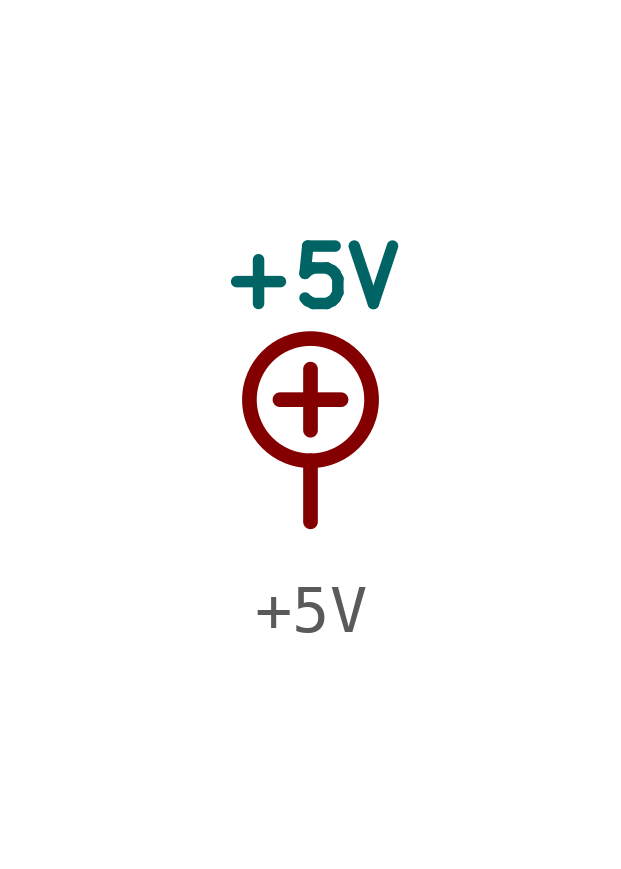
<source format=kicad_sym>
(kicad_symbol_lib
  (version 20220914)
  (generator kicad_symbol_editor)
  (symbol "+5V"
    (power)
    (pin_names
      (offset 0))
    (property "Reference" "#PWR"
      (at 0 6.985 0)
      (effects (font (size 1.524 1.524)) hide))
    (property "Value" "+5V"
      (at 0 5.08 0)
      (effects (font (size 1.194 1.194) bold)))
    (property "Footprint" ""
      (at 0 0 0)
      (effects (font (size 1.524 1.524))))
    (property "Datasheet" ""
      (at 0 0 0)
      (effects (font (size 1.524 1.524))))
    (symbol "+5V_1_0"
      (polyline (pts (xy -0.635 2.54) (xy 0.635 2.54)) (stroke (width 0.305) (type default)) (fill (type none)))
      (polyline (pts (xy 0 1.27) (xy 0 0)) (stroke (width 0.305) (type default)) (fill (type none)))
      (polyline (pts (xy 0 3.175) (xy 0 1.905)) (stroke (width 0.305) (type default)) (fill (type none)))
      (circle (center 0 2.54) (radius 1.27) (stroke (width 0.305) (type default)) (fill (type none)))
      (pin power_in line (at 0 0 90) (length 0) hide (name "+5V" (effects (font (size 1.27 1.27)))) (number "1" (effects (font (size 1.27 1.27))))))))
</source>
